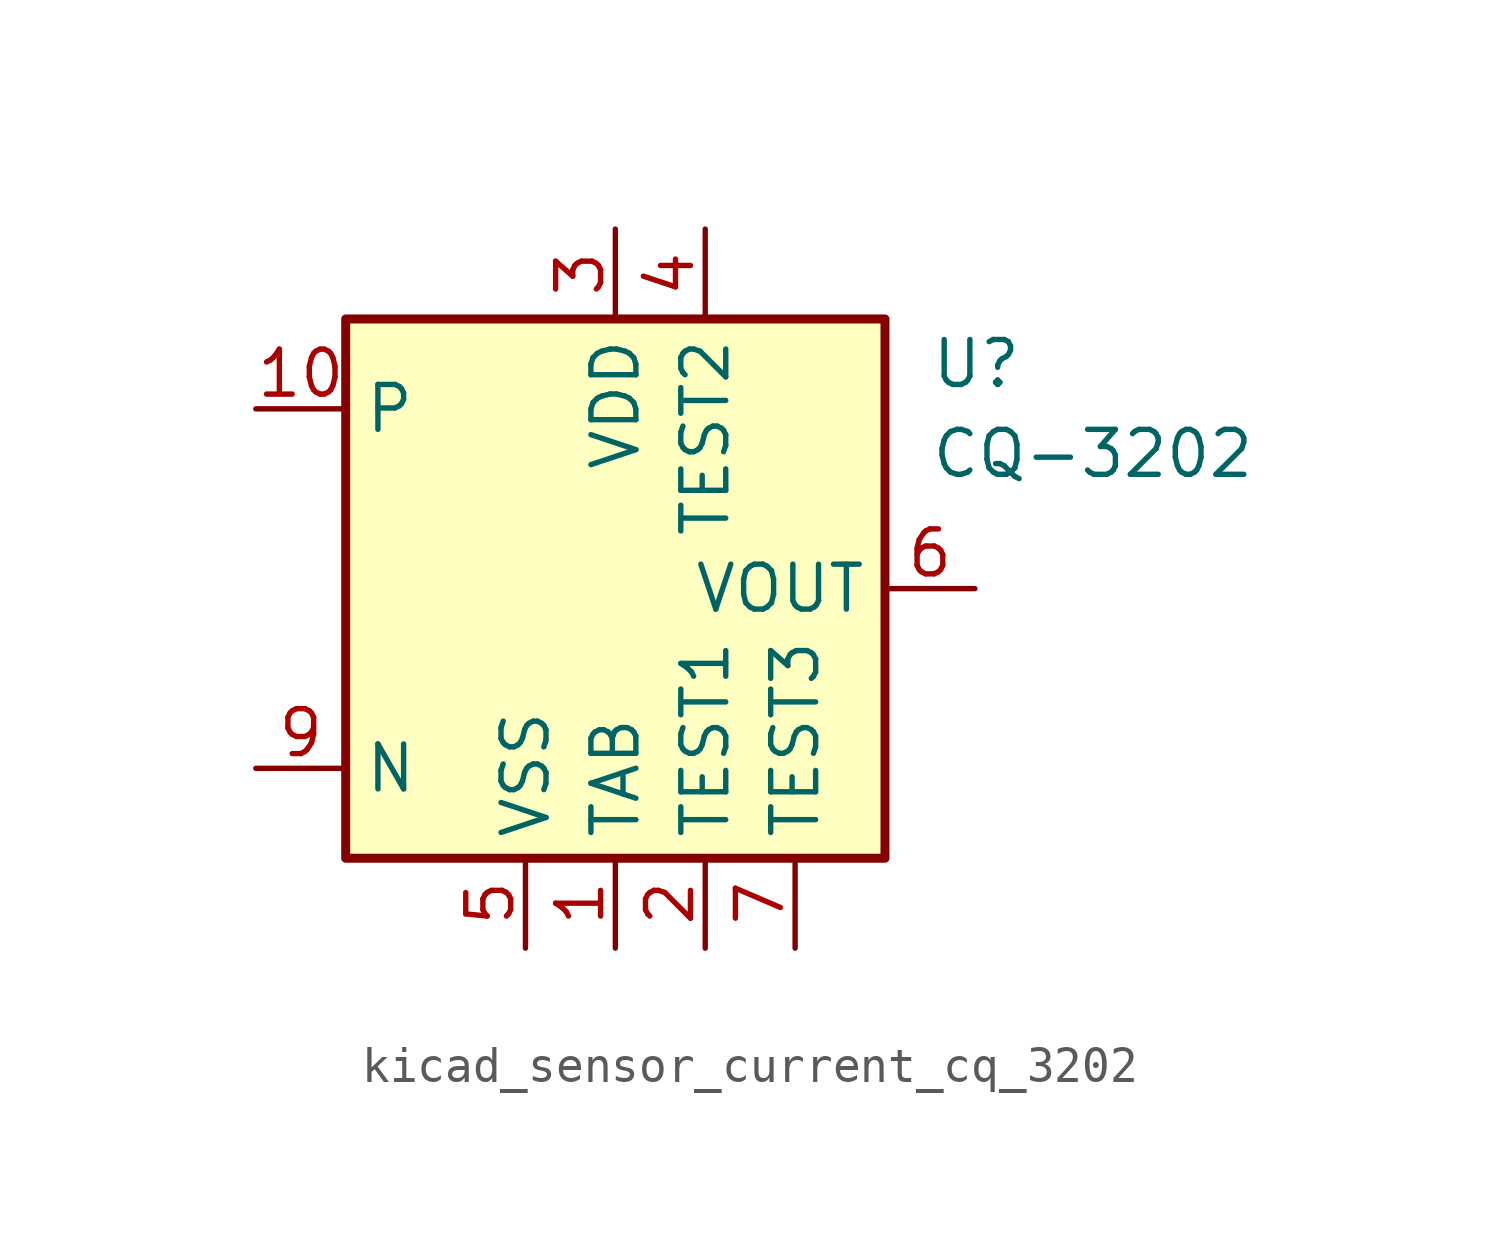
<source format=kicad_sym>
(kicad_symbol_lib
  (version 20220914)
  (generator kicad_symbol_editor)
  (symbol "kicad_sensor_current_cq_3202"
    (property "Reference" "U"
      (at 8.89 6.35 0)
      (effects (font (size 1.27 1.27)) (justify left)))
    (property "Value" "CQ-3202"
      (at 8.89 3.81 0)
      (effects (font (size 1.27 1.27)) (justify left)))
    (symbol "kicad_sensor_current_cq_3202_0_1"
      (rectangle (start -7.62 7.62) (end 7.62 -7.62) (stroke (width 0.254) (type default)) (fill (type background))))
    (symbol "kicad_sensor_current_cq_3202_1_1"
      (pin power_in line (at 0 -10.16 90) (length 2.54) (name "TAB" (effects (font (size 1.27 1.27)))) (number "1" (effects (font (size 1.27 1.27)))))
      (pin passive line (at -10.16 5.08 0) (length 2.54) (name "P" (effects (font (size 1.27 1.27)))) (number "10" (effects (font (size 1.27 1.27)))))
      (pin power_in line (at 2.54 -10.16 90) (length 2.54) (name "TEST1" (effects (font (size 1.27 1.27)))) (number "2" (effects (font (size 1.27 1.27)))))
      (pin power_in line (at 0 10.16 270) (length 2.54) (name "VDD" (effects (font (size 1.27 1.27)))) (number "3" (effects (font (size 1.27 1.27)))))
      (pin power_in line (at 2.54 10.16 270) (length 2.54) (name "TEST2" (effects (font (size 1.27 1.27)))) (number "4" (effects (font (size 1.27 1.27)))))
      (pin power_in line (at -2.54 -10.16 90) (length 2.54) (name "VSS" (effects (font (size 1.27 1.27)))) (number "5" (effects (font (size 1.27 1.27)))))
      (pin output line (at 10.16 0 180) (length 2.54) (name "VOUT" (effects (font (size 1.27 1.27)))) (number "6" (effects (font (size 1.27 1.27)))))
      (pin power_in line (at 5.08 -10.16 90) (length 2.54) (name "TEST3" (effects (font (size 1.27 1.27)))) (number "7" (effects (font (size 1.27 1.27)))))
      (pin passive line (at 0 -10.16 90) (length 2.54) hide (name "TAB" (effects (font (size 1.27 1.27)))) (number "8" (effects (font (size 1.27 1.27)))))
      (pin passive line (at -10.16 -5.08 0) (length 2.54) (name "N" (effects (font (size 1.27 1.27)))) (number "9" (effects (font (size 1.27 1.27))))))))
</source>
